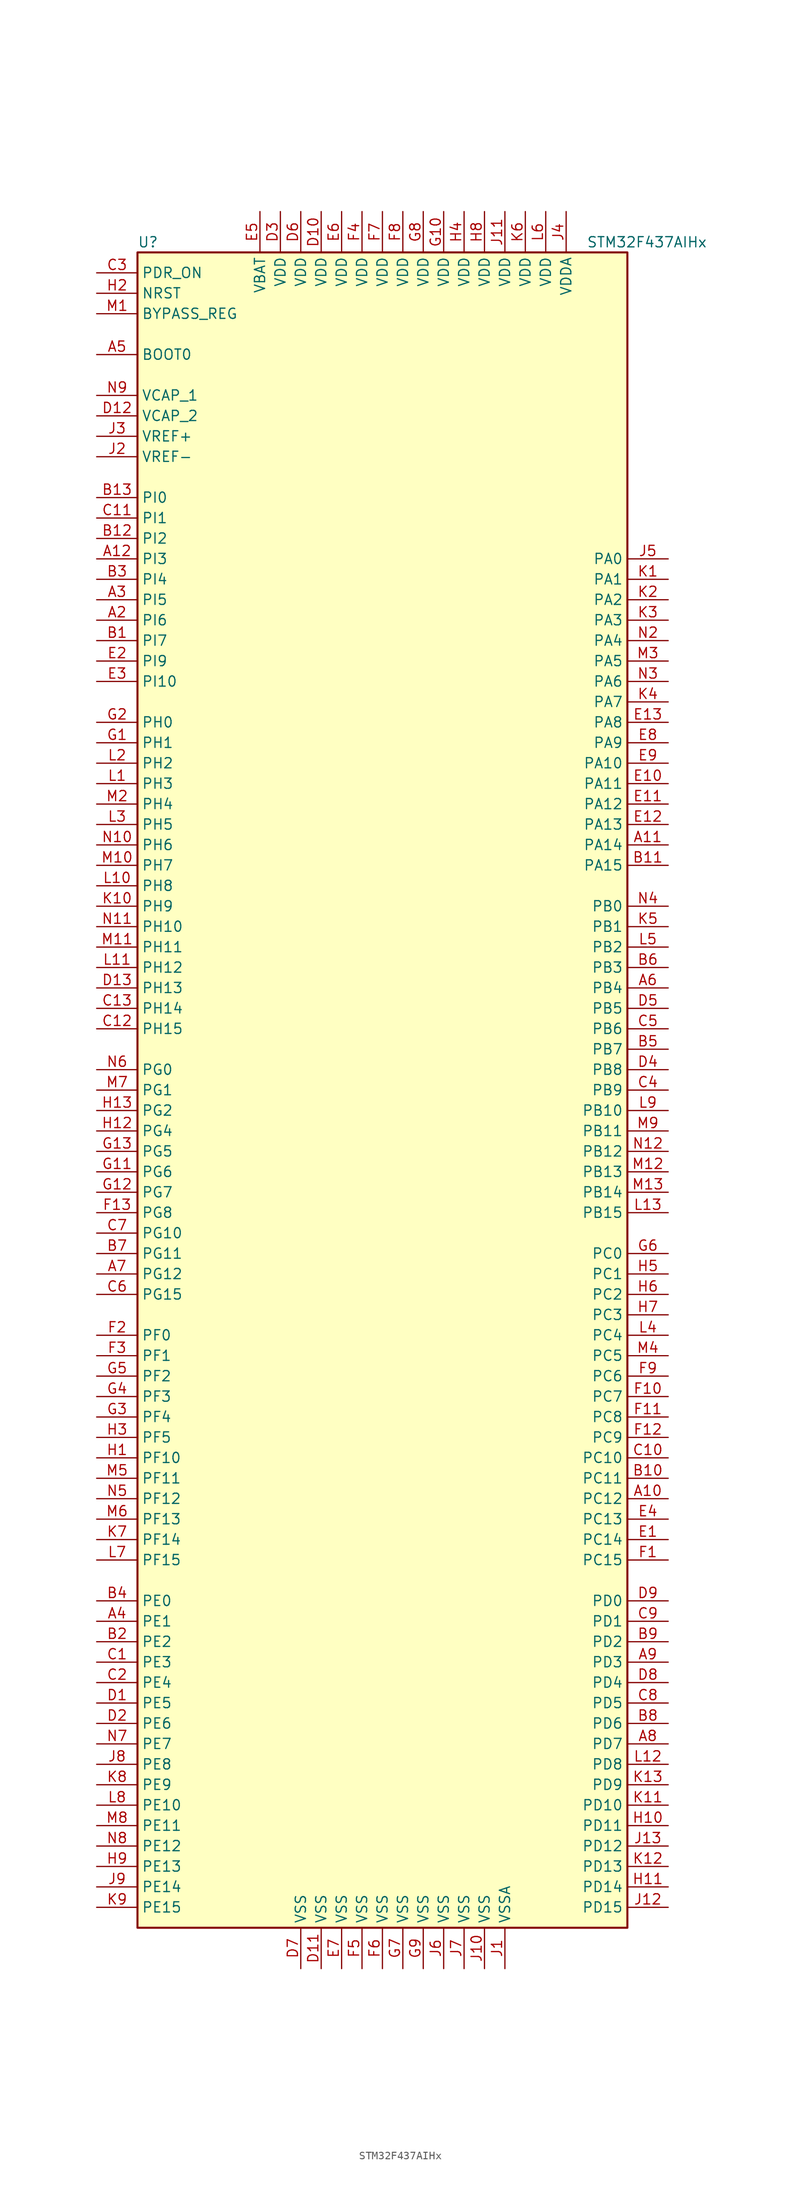
<source format=kicad_sym>
(kicad_symbol_lib
  (version 20220914)
  (generator kicad_symbol_editor)
  (symbol "STM32F437AIHx"
    (property "Reference" "U"
      (at -30.48 105.41 0)
      (effects (font (size 1.27 1.27)) (justify left)))
    (property "Value" "STM32F437AIHx"
      (at 25.4 105.41 0)
      (effects (font (size 1.27 1.27)) (justify left)))
    (symbol "STM32F437AIHx_0_1"
      (rectangle (start -30.48 -104.14) (end 30.48 104.14) (stroke (width 0.254) (type default)) (fill (type background))))
    (symbol "STM32F437AIHx_1_1"
      (pin no_connect line (at -30.48 -101.6 0) (length 5.08) hide (name "NC" (effects (font (size 1.27 1.27)))) (number "A1" (effects (font (size 1.27 1.27)))))
      (pin bidirectional line (at 35.56 -50.8 180) (length 5.08) (name "PC12" (effects (font (size 1.27 1.27)))) (number "A10" (effects (font (size 1.27 1.27)))))
      (pin bidirectional line (at 35.56 30.48 180) (length 5.08) (name "PA14" (effects (font (size 1.27 1.27)))) (number "A11" (effects (font (size 1.27 1.27)))))
      (pin bidirectional line (at -35.56 66.04 0) (length 5.08) (name "PI3" (effects (font (size 1.27 1.27)))) (number "A12" (effects (font (size 1.27 1.27)))))
      (pin no_connect line (at -30.48 -99.06 0) (length 5.08) hide (name "NC" (effects (font (size 1.27 1.27)))) (number "A13" (effects (font (size 1.27 1.27)))))
      (pin bidirectional line (at -35.56 58.42 0) (length 5.08) (name "PI6" (effects (font (size 1.27 1.27)))) (number "A2" (effects (font (size 1.27 1.27)))))
      (pin bidirectional line (at -35.56 60.96 0) (length 5.08) (name "PI5" (effects (font (size 1.27 1.27)))) (number "A3" (effects (font (size 1.27 1.27)))))
      (pin bidirectional line (at -35.56 -66.04 0) (length 5.08) (name "PE1" (effects (font (size 1.27 1.27)))) (number "A4" (effects (font (size 1.27 1.27)))))
      (pin input line (at -35.56 91.44 0) (length 5.08) (name "BOOT0" (effects (font (size 1.27 1.27)))) (number "A5" (effects (font (size 1.27 1.27)))))
      (pin bidirectional line (at 35.56 12.7 180) (length 5.08) (name "PB4" (effects (font (size 1.27 1.27)))) (number "A6" (effects (font (size 1.27 1.27)))))
      (pin bidirectional line (at -35.56 -22.86 0) (length 5.08) (name "PG12" (effects (font (size 1.27 1.27)))) (number "A7" (effects (font (size 1.27 1.27)))))
      (pin bidirectional line (at 35.56 -81.28 180) (length 5.08) (name "PD7" (effects (font (size 1.27 1.27)))) (number "A8" (effects (font (size 1.27 1.27)))))
      (pin bidirectional line (at 35.56 -71.12 180) (length 5.08) (name "PD3" (effects (font (size 1.27 1.27)))) (number "A9" (effects (font (size 1.27 1.27)))))
      (pin bidirectional line (at -35.56 55.88 0) (length 5.08) (name "PI7" (effects (font (size 1.27 1.27)))) (number "B1" (effects (font (size 1.27 1.27)))))
      (pin bidirectional line (at 35.56 -48.26 180) (length 5.08) (name "PC11" (effects (font (size 1.27 1.27)))) (number "B10" (effects (font (size 1.27 1.27)))))
      (pin bidirectional line (at 35.56 27.94 180) (length 5.08) (name "PA15" (effects (font (size 1.27 1.27)))) (number "B11" (effects (font (size 1.27 1.27)))))
      (pin bidirectional line (at -35.56 68.58 0) (length 5.08) (name "PI2" (effects (font (size 1.27 1.27)))) (number "B12" (effects (font (size 1.27 1.27)))))
      (pin bidirectional line (at -35.56 73.66 0) (length 5.08) (name "PI0" (effects (font (size 1.27 1.27)))) (number "B13" (effects (font (size 1.27 1.27)))))
      (pin bidirectional line (at -35.56 -68.58 0) (length 5.08) (name "PE2" (effects (font (size 1.27 1.27)))) (number "B2" (effects (font (size 1.27 1.27)))))
      (pin bidirectional line (at -35.56 63.5 0) (length 5.08) (name "PI4" (effects (font (size 1.27 1.27)))) (number "B3" (effects (font (size 1.27 1.27)))))
      (pin bidirectional line (at -35.56 -63.5 0) (length 5.08) (name "PE0" (effects (font (size 1.27 1.27)))) (number "B4" (effects (font (size 1.27 1.27)))))
      (pin bidirectional line (at 35.56 5.08 180) (length 5.08) (name "PB7" (effects (font (size 1.27 1.27)))) (number "B5" (effects (font (size 1.27 1.27)))))
      (pin bidirectional line (at 35.56 15.24 180) (length 5.08) (name "PB3" (effects (font (size 1.27 1.27)))) (number "B6" (effects (font (size 1.27 1.27)))))
      (pin bidirectional line (at -35.56 -20.32 0) (length 5.08) (name "PG11" (effects (font (size 1.27 1.27)))) (number "B7" (effects (font (size 1.27 1.27)))))
      (pin bidirectional line (at 35.56 -78.74 180) (length 5.08) (name "PD6" (effects (font (size 1.27 1.27)))) (number "B8" (effects (font (size 1.27 1.27)))))
      (pin bidirectional line (at 35.56 -68.58 180) (length 5.08) (name "PD2" (effects (font (size 1.27 1.27)))) (number "B9" (effects (font (size 1.27 1.27)))))
      (pin bidirectional line (at -35.56 -71.12 0) (length 5.08) (name "PE3" (effects (font (size 1.27 1.27)))) (number "C1" (effects (font (size 1.27 1.27)))))
      (pin bidirectional line (at 35.56 -45.72 180) (length 5.08) (name "PC10" (effects (font (size 1.27 1.27)))) (number "C10" (effects (font (size 1.27 1.27)))))
      (pin bidirectional line (at -35.56 71.12 0) (length 5.08) (name "PI1" (effects (font (size 1.27 1.27)))) (number "C11" (effects (font (size 1.27 1.27)))))
      (pin bidirectional line (at -35.56 7.62 0) (length 5.08) (name "PH15" (effects (font (size 1.27 1.27)))) (number "C12" (effects (font (size 1.27 1.27)))))
      (pin bidirectional line (at -35.56 10.16 0) (length 5.08) (name "PH14" (effects (font (size 1.27 1.27)))) (number "C13" (effects (font (size 1.27 1.27)))))
      (pin bidirectional line (at -35.56 -73.66 0) (length 5.08) (name "PE4" (effects (font (size 1.27 1.27)))) (number "C2" (effects (font (size 1.27 1.27)))))
      (pin input line (at -35.56 101.6 0) (length 5.08) (name "PDR_ON" (effects (font (size 1.27 1.27)))) (number "C3" (effects (font (size 1.27 1.27)))))
      (pin bidirectional line (at 35.56 0 180) (length 5.08) (name "PB9" (effects (font (size 1.27 1.27)))) (number "C4" (effects (font (size 1.27 1.27)))))
      (pin bidirectional line (at 35.56 7.62 180) (length 5.08) (name "PB6" (effects (font (size 1.27 1.27)))) (number "C5" (effects (font (size 1.27 1.27)))))
      (pin bidirectional line (at -35.56 -25.4 0) (length 5.08) (name "PG15" (effects (font (size 1.27 1.27)))) (number "C6" (effects (font (size 1.27 1.27)))))
      (pin bidirectional line (at -35.56 -17.78 0) (length 5.08) (name "PG10" (effects (font (size 1.27 1.27)))) (number "C7" (effects (font (size 1.27 1.27)))))
      (pin bidirectional line (at 35.56 -76.2 180) (length 5.08) (name "PD5" (effects (font (size 1.27 1.27)))) (number "C8" (effects (font (size 1.27 1.27)))))
      (pin bidirectional line (at 35.56 -66.04 180) (length 5.08) (name "PD1" (effects (font (size 1.27 1.27)))) (number "C9" (effects (font (size 1.27 1.27)))))
      (pin bidirectional line (at -35.56 -76.2 0) (length 5.08) (name "PE5" (effects (font (size 1.27 1.27)))) (number "D1" (effects (font (size 1.27 1.27)))))
      (pin power_in line (at -7.62 109.22 270) (length 5.08) (name "VDD" (effects (font (size 1.27 1.27)))) (number "D10" (effects (font (size 1.27 1.27)))))
      (pin power_in line (at -7.62 -109.22 90) (length 5.08) (name "VSS" (effects (font (size 1.27 1.27)))) (number "D11" (effects (font (size 1.27 1.27)))))
      (pin power_in line (at -35.56 83.82 0) (length 5.08) (name "VCAP_2" (effects (font (size 1.27 1.27)))) (number "D12" (effects (font (size 1.27 1.27)))))
      (pin bidirectional line (at -35.56 12.7 0) (length 5.08) (name "PH13" (effects (font (size 1.27 1.27)))) (number "D13" (effects (font (size 1.27 1.27)))))
      (pin bidirectional line (at -35.56 -78.74 0) (length 5.08) (name "PE6" (effects (font (size 1.27 1.27)))) (number "D2" (effects (font (size 1.27 1.27)))))
      (pin power_in line (at -12.7 109.22 270) (length 5.08) (name "VDD" (effects (font (size 1.27 1.27)))) (number "D3" (effects (font (size 1.27 1.27)))))
      (pin bidirectional line (at 35.56 2.54 180) (length 5.08) (name "PB8" (effects (font (size 1.27 1.27)))) (number "D4" (effects (font (size 1.27 1.27)))))
      (pin bidirectional line (at 35.56 10.16 180) (length 5.08) (name "PB5" (effects (font (size 1.27 1.27)))) (number "D5" (effects (font (size 1.27 1.27)))))
      (pin power_in line (at -10.16 109.22 270) (length 5.08) (name "VDD" (effects (font (size 1.27 1.27)))) (number "D6" (effects (font (size 1.27 1.27)))))
      (pin power_in line (at -10.16 -109.22 90) (length 5.08) (name "VSS" (effects (font (size 1.27 1.27)))) (number "D7" (effects (font (size 1.27 1.27)))))
      (pin bidirectional line (at 35.56 -73.66 180) (length 5.08) (name "PD4" (effects (font (size 1.27 1.27)))) (number "D8" (effects (font (size 1.27 1.27)))))
      (pin bidirectional line (at 35.56 -63.5 180) (length 5.08) (name "PD0" (effects (font (size 1.27 1.27)))) (number "D9" (effects (font (size 1.27 1.27)))))
      (pin bidirectional line (at 35.56 -55.88 180) (length 5.08) (name "PC14" (effects (font (size 1.27 1.27)))) (number "E1" (effects (font (size 1.27 1.27)))))
      (pin bidirectional line (at 35.56 38.1 180) (length 5.08) (name "PA11" (effects (font (size 1.27 1.27)))) (number "E10" (effects (font (size 1.27 1.27)))))
      (pin bidirectional line (at 35.56 35.56 180) (length 5.08) (name "PA12" (effects (font (size 1.27 1.27)))) (number "E11" (effects (font (size 1.27 1.27)))))
      (pin bidirectional line (at 35.56 33.02 180) (length 5.08) (name "PA13" (effects (font (size 1.27 1.27)))) (number "E12" (effects (font (size 1.27 1.27)))))
      (pin bidirectional line (at 35.56 45.72 180) (length 5.08) (name "PA8" (effects (font (size 1.27 1.27)))) (number "E13" (effects (font (size 1.27 1.27)))))
      (pin bidirectional line (at -35.56 53.34 0) (length 5.08) (name "PI9" (effects (font (size 1.27 1.27)))) (number "E2" (effects (font (size 1.27 1.27)))))
      (pin bidirectional line (at -35.56 50.8 0) (length 5.08) (name "PI10" (effects (font (size 1.27 1.27)))) (number "E3" (effects (font (size 1.27 1.27)))))
      (pin bidirectional line (at 35.56 -53.34 180) (length 5.08) (name "PC13" (effects (font (size 1.27 1.27)))) (number "E4" (effects (font (size 1.27 1.27)))))
      (pin power_in line (at -15.24 109.22 270) (length 5.08) (name "VBAT" (effects (font (size 1.27 1.27)))) (number "E5" (effects (font (size 1.27 1.27)))))
      (pin power_in line (at -5.08 109.22 270) (length 5.08) (name "VDD" (effects (font (size 1.27 1.27)))) (number "E6" (effects (font (size 1.27 1.27)))))
      (pin power_in line (at -5.08 -109.22 90) (length 5.08) (name "VSS" (effects (font (size 1.27 1.27)))) (number "E7" (effects (font (size 1.27 1.27)))))
      (pin bidirectional line (at 35.56 43.18 180) (length 5.08) (name "PA9" (effects (font (size 1.27 1.27)))) (number "E8" (effects (font (size 1.27 1.27)))))
      (pin bidirectional line (at 35.56 40.64 180) (length 5.08) (name "PA10" (effects (font (size 1.27 1.27)))) (number "E9" (effects (font (size 1.27 1.27)))))
      (pin bidirectional line (at 35.56 -58.42 180) (length 5.08) (name "PC15" (effects (font (size 1.27 1.27)))) (number "F1" (effects (font (size 1.27 1.27)))))
      (pin bidirectional line (at 35.56 -38.1 180) (length 5.08) (name "PC7" (effects (font (size 1.27 1.27)))) (number "F10" (effects (font (size 1.27 1.27)))))
      (pin bidirectional line (at 35.56 -40.64 180) (length 5.08) (name "PC8" (effects (font (size 1.27 1.27)))) (number "F11" (effects (font (size 1.27 1.27)))))
      (pin bidirectional line (at 35.56 -43.18 180) (length 5.08) (name "PC9" (effects (font (size 1.27 1.27)))) (number "F12" (effects (font (size 1.27 1.27)))))
      (pin bidirectional line (at -35.56 -15.24 0) (length 5.08) (name "PG8" (effects (font (size 1.27 1.27)))) (number "F13" (effects (font (size 1.27 1.27)))))
      (pin bidirectional line (at -35.56 -30.48 0) (length 5.08) (name "PF0" (effects (font (size 1.27 1.27)))) (number "F2" (effects (font (size 1.27 1.27)))))
      (pin bidirectional line (at -35.56 -33.02 0) (length 5.08) (name "PF1" (effects (font (size 1.27 1.27)))) (number "F3" (effects (font (size 1.27 1.27)))))
      (pin power_in line (at -2.54 109.22 270) (length 5.08) (name "VDD" (effects (font (size 1.27 1.27)))) (number "F4" (effects (font (size 1.27 1.27)))))
      (pin power_in line (at -2.54 -109.22 90) (length 5.08) (name "VSS" (effects (font (size 1.27 1.27)))) (number "F5" (effects (font (size 1.27 1.27)))))
      (pin power_in line (at 0 -109.22 90) (length 5.08) (name "VSS" (effects (font (size 1.27 1.27)))) (number "F6" (effects (font (size 1.27 1.27)))))
      (pin power_in line (at 0 109.22 270) (length 5.08) (name "VDD" (effects (font (size 1.27 1.27)))) (number "F7" (effects (font (size 1.27 1.27)))))
      (pin power_in line (at 2.54 109.22 270) (length 5.08) (name "VDD" (effects (font (size 1.27 1.27)))) (number "F8" (effects (font (size 1.27 1.27)))))
      (pin bidirectional line (at 35.56 -35.56 180) (length 5.08) (name "PC6" (effects (font (size 1.27 1.27)))) (number "F9" (effects (font (size 1.27 1.27)))))
      (pin input line (at -35.56 43.18 0) (length 5.08) (name "PH1" (effects (font (size 1.27 1.27)))) (number "G1" (effects (font (size 1.27 1.27)))))
      (pin power_in line (at 7.62 109.22 270) (length 5.08) (name "VDD" (effects (font (size 1.27 1.27)))) (number "G10" (effects (font (size 1.27 1.27)))))
      (pin bidirectional line (at -35.56 -10.16 0) (length 5.08) (name "PG6" (effects (font (size 1.27 1.27)))) (number "G11" (effects (font (size 1.27 1.27)))))
      (pin bidirectional line (at -35.56 -12.7 0) (length 5.08) (name "PG7" (effects (font (size 1.27 1.27)))) (number "G12" (effects (font (size 1.27 1.27)))))
      (pin bidirectional line (at -35.56 -7.62 0) (length 5.08) (name "PG5" (effects (font (size 1.27 1.27)))) (number "G13" (effects (font (size 1.27 1.27)))))
      (pin input line (at -35.56 45.72 0) (length 5.08) (name "PH0" (effects (font (size 1.27 1.27)))) (number "G2" (effects (font (size 1.27 1.27)))))
      (pin bidirectional line (at -35.56 -40.64 0) (length 5.08) (name "PF4" (effects (font (size 1.27 1.27)))) (number "G3" (effects (font (size 1.27 1.27)))))
      (pin bidirectional line (at -35.56 -38.1 0) (length 5.08) (name "PF3" (effects (font (size 1.27 1.27)))) (number "G4" (effects (font (size 1.27 1.27)))))
      (pin bidirectional line (at -35.56 -35.56 0) (length 5.08) (name "PF2" (effects (font (size 1.27 1.27)))) (number "G5" (effects (font (size 1.27 1.27)))))
      (pin bidirectional line (at 35.56 -20.32 180) (length 5.08) (name "PC0" (effects (font (size 1.27 1.27)))) (number "G6" (effects (font (size 1.27 1.27)))))
      (pin power_in line (at 2.54 -109.22 90) (length 5.08) (name "VSS" (effects (font (size 1.27 1.27)))) (number "G7" (effects (font (size 1.27 1.27)))))
      (pin power_in line (at 5.08 109.22 270) (length 5.08) (name "VDD" (effects (font (size 1.27 1.27)))) (number "G8" (effects (font (size 1.27 1.27)))))
      (pin power_in line (at 5.08 -109.22 90) (length 5.08) (name "VSS" (effects (font (size 1.27 1.27)))) (number "G9" (effects (font (size 1.27 1.27)))))
      (pin bidirectional line (at -35.56 -45.72 0) (length 5.08) (name "PF10" (effects (font (size 1.27 1.27)))) (number "H1" (effects (font (size 1.27 1.27)))))
      (pin bidirectional line (at 35.56 -91.44 180) (length 5.08) (name "PD11" (effects (font (size 1.27 1.27)))) (number "H10" (effects (font (size 1.27 1.27)))))
      (pin bidirectional line (at 35.56 -99.06 180) (length 5.08) (name "PD14" (effects (font (size 1.27 1.27)))) (number "H11" (effects (font (size 1.27 1.27)))))
      (pin bidirectional line (at -35.56 -5.08 0) (length 5.08) (name "PG4" (effects (font (size 1.27 1.27)))) (number "H12" (effects (font (size 1.27 1.27)))))
      (pin bidirectional line (at -35.56 -2.54 0) (length 5.08) (name "PG2" (effects (font (size 1.27 1.27)))) (number "H13" (effects (font (size 1.27 1.27)))))
      (pin input line (at -35.56 99.06 0) (length 5.08) (name "NRST" (effects (font (size 1.27 1.27)))) (number "H2" (effects (font (size 1.27 1.27)))))
      (pin bidirectional line (at -35.56 -43.18 0) (length 5.08) (name "PF5" (effects (font (size 1.27 1.27)))) (number "H3" (effects (font (size 1.27 1.27)))))
      (pin power_in line (at 10.16 109.22 270) (length 5.08) (name "VDD" (effects (font (size 1.27 1.27)))) (number "H4" (effects (font (size 1.27 1.27)))))
      (pin bidirectional line (at 35.56 -22.86 180) (length 5.08) (name "PC1" (effects (font (size 1.27 1.27)))) (number "H5" (effects (font (size 1.27 1.27)))))
      (pin bidirectional line (at 35.56 -25.4 180) (length 5.08) (name "PC2" (effects (font (size 1.27 1.27)))) (number "H6" (effects (font (size 1.27 1.27)))))
      (pin bidirectional line (at 35.56 -27.94 180) (length 5.08) (name "PC3" (effects (font (size 1.27 1.27)))) (number "H7" (effects (font (size 1.27 1.27)))))
      (pin power_in line (at 12.7 109.22 270) (length 5.08) (name "VDD" (effects (font (size 1.27 1.27)))) (number "H8" (effects (font (size 1.27 1.27)))))
      (pin bidirectional line (at -35.56 -96.52 0) (length 5.08) (name "PE13" (effects (font (size 1.27 1.27)))) (number "H9" (effects (font (size 1.27 1.27)))))
      (pin power_in line (at 15.24 -109.22 90) (length 5.08) (name "VSSA" (effects (font (size 1.27 1.27)))) (number "J1" (effects (font (size 1.27 1.27)))))
      (pin power_in line (at 12.7 -109.22 90) (length 5.08) (name "VSS" (effects (font (size 1.27 1.27)))) (number "J10" (effects (font (size 1.27 1.27)))))
      (pin power_in line (at 15.24 109.22 270) (length 5.08) (name "VDD" (effects (font (size 1.27 1.27)))) (number "J11" (effects (font (size 1.27 1.27)))))
      (pin bidirectional line (at 35.56 -101.6 180) (length 5.08) (name "PD15" (effects (font (size 1.27 1.27)))) (number "J12" (effects (font (size 1.27 1.27)))))
      (pin bidirectional line (at 35.56 -93.98 180) (length 5.08) (name "PD12" (effects (font (size 1.27 1.27)))) (number "J13" (effects (font (size 1.27 1.27)))))
      (pin power_in line (at -35.56 78.74 0) (length 5.08) (name "VREF-" (effects (font (size 1.27 1.27)))) (number "J2" (effects (font (size 1.27 1.27)))))
      (pin power_in line (at -35.56 81.28 0) (length 5.08) (name "VREF+" (effects (font (size 1.27 1.27)))) (number "J3" (effects (font (size 1.27 1.27)))))
      (pin power_in line (at 22.86 109.22 270) (length 5.08) (name "VDDA" (effects (font (size 1.27 1.27)))) (number "J4" (effects (font (size 1.27 1.27)))))
      (pin bidirectional line (at 35.56 66.04 180) (length 5.08) (name "PA0" (effects (font (size 1.27 1.27)))) (number "J5" (effects (font (size 1.27 1.27)))))
      (pin power_in line (at 7.62 -109.22 90) (length 5.08) (name "VSS" (effects (font (size 1.27 1.27)))) (number "J6" (effects (font (size 1.27 1.27)))))
      (pin power_in line (at 10.16 -109.22 90) (length 5.08) (name "VSS" (effects (font (size 1.27 1.27)))) (number "J7" (effects (font (size 1.27 1.27)))))
      (pin bidirectional line (at -35.56 -83.82 0) (length 5.08) (name "PE8" (effects (font (size 1.27 1.27)))) (number "J8" (effects (font (size 1.27 1.27)))))
      (pin bidirectional line (at -35.56 -99.06 0) (length 5.08) (name "PE14" (effects (font (size 1.27 1.27)))) (number "J9" (effects (font (size 1.27 1.27)))))
      (pin bidirectional line (at 35.56 63.5 180) (length 5.08) (name "PA1" (effects (font (size 1.27 1.27)))) (number "K1" (effects (font (size 1.27 1.27)))))
      (pin bidirectional line (at -35.56 22.86 0) (length 5.08) (name "PH9" (effects (font (size 1.27 1.27)))) (number "K10" (effects (font (size 1.27 1.27)))))
      (pin bidirectional line (at 35.56 -88.9 180) (length 5.08) (name "PD10" (effects (font (size 1.27 1.27)))) (number "K11" (effects (font (size 1.27 1.27)))))
      (pin bidirectional line (at 35.56 -96.52 180) (length 5.08) (name "PD13" (effects (font (size 1.27 1.27)))) (number "K12" (effects (font (size 1.27 1.27)))))
      (pin bidirectional line (at 35.56 -86.36 180) (length 5.08) (name "PD9" (effects (font (size 1.27 1.27)))) (number "K13" (effects (font (size 1.27 1.27)))))
      (pin bidirectional line (at 35.56 60.96 180) (length 5.08) (name "PA2" (effects (font (size 1.27 1.27)))) (number "K2" (effects (font (size 1.27 1.27)))))
      (pin bidirectional line (at 35.56 58.42 180) (length 5.08) (name "PA3" (effects (font (size 1.27 1.27)))) (number "K3" (effects (font (size 1.27 1.27)))))
      (pin bidirectional line (at 35.56 48.26 180) (length 5.08) (name "PA7" (effects (font (size 1.27 1.27)))) (number "K4" (effects (font (size 1.27 1.27)))))
      (pin bidirectional line (at 35.56 20.32 180) (length 5.08) (name "PB1" (effects (font (size 1.27 1.27)))) (number "K5" (effects (font (size 1.27 1.27)))))
      (pin power_in line (at 17.78 109.22 270) (length 5.08) (name "VDD" (effects (font (size 1.27 1.27)))) (number "K6" (effects (font (size 1.27 1.27)))))
      (pin bidirectional line (at -35.56 -55.88 0) (length 5.08) (name "PF14" (effects (font (size 1.27 1.27)))) (number "K7" (effects (font (size 1.27 1.27)))))
      (pin bidirectional line (at -35.56 -86.36 0) (length 5.08) (name "PE9" (effects (font (size 1.27 1.27)))) (number "K8" (effects (font (size 1.27 1.27)))))
      (pin bidirectional line (at -35.56 -101.6 0) (length 5.08) (name "PE15" (effects (font (size 1.27 1.27)))) (number "K9" (effects (font (size 1.27 1.27)))))
      (pin bidirectional line (at -35.56 38.1 0) (length 5.08) (name "PH3" (effects (font (size 1.27 1.27)))) (number "L1" (effects (font (size 1.27 1.27)))))
      (pin bidirectional line (at -35.56 25.4 0) (length 5.08) (name "PH8" (effects (font (size 1.27 1.27)))) (number "L10" (effects (font (size 1.27 1.27)))))
      (pin bidirectional line (at -35.56 15.24 0) (length 5.08) (name "PH12" (effects (font (size 1.27 1.27)))) (number "L11" (effects (font (size 1.27 1.27)))))
      (pin bidirectional line (at 35.56 -83.82 180) (length 5.08) (name "PD8" (effects (font (size 1.27 1.27)))) (number "L12" (effects (font (size 1.27 1.27)))))
      (pin bidirectional line (at 35.56 -15.24 180) (length 5.08) (name "PB15" (effects (font (size 1.27 1.27)))) (number "L13" (effects (font (size 1.27 1.27)))))
      (pin bidirectional line (at -35.56 40.64 0) (length 5.08) (name "PH2" (effects (font (size 1.27 1.27)))) (number "L2" (effects (font (size 1.27 1.27)))))
      (pin bidirectional line (at -35.56 33.02 0) (length 5.08) (name "PH5" (effects (font (size 1.27 1.27)))) (number "L3" (effects (font (size 1.27 1.27)))))
      (pin bidirectional line (at 35.56 -30.48 180) (length 5.08) (name "PC4" (effects (font (size 1.27 1.27)))) (number "L4" (effects (font (size 1.27 1.27)))))
      (pin bidirectional line (at 35.56 17.78 180) (length 5.08) (name "PB2" (effects (font (size 1.27 1.27)))) (number "L5" (effects (font (size 1.27 1.27)))))
      (pin power_in line (at 20.32 109.22 270) (length 5.08) (name "VDD" (effects (font (size 1.27 1.27)))) (number "L6" (effects (font (size 1.27 1.27)))))
      (pin bidirectional line (at -35.56 -58.42 0) (length 5.08) (name "PF15" (effects (font (size 1.27 1.27)))) (number "L7" (effects (font (size 1.27 1.27)))))
      (pin bidirectional line (at -35.56 -88.9 0) (length 5.08) (name "PE10" (effects (font (size 1.27 1.27)))) (number "L8" (effects (font (size 1.27 1.27)))))
      (pin bidirectional line (at 35.56 -2.54 180) (length 5.08) (name "PB10" (effects (font (size 1.27 1.27)))) (number "L9" (effects (font (size 1.27 1.27)))))
      (pin input line (at -35.56 96.52 0) (length 5.08) (name "BYPASS_REG" (effects (font (size 1.27 1.27)))) (number "M1" (effects (font (size 1.27 1.27)))))
      (pin bidirectional line (at -35.56 27.94 0) (length 5.08) (name "PH7" (effects (font (size 1.27 1.27)))) (number "M10" (effects (font (size 1.27 1.27)))))
      (pin bidirectional line (at -35.56 17.78 0) (length 5.08) (name "PH11" (effects (font (size 1.27 1.27)))) (number "M11" (effects (font (size 1.27 1.27)))))
      (pin bidirectional line (at 35.56 -10.16 180) (length 5.08) (name "PB13" (effects (font (size 1.27 1.27)))) (number "M12" (effects (font (size 1.27 1.27)))))
      (pin bidirectional line (at 35.56 -12.7 180) (length 5.08) (name "PB14" (effects (font (size 1.27 1.27)))) (number "M13" (effects (font (size 1.27 1.27)))))
      (pin bidirectional line (at -35.56 35.56 0) (length 5.08) (name "PH4" (effects (font (size 1.27 1.27)))) (number "M2" (effects (font (size 1.27 1.27)))))
      (pin bidirectional line (at 35.56 53.34 180) (length 5.08) (name "PA5" (effects (font (size 1.27 1.27)))) (number "M3" (effects (font (size 1.27 1.27)))))
      (pin bidirectional line (at 35.56 -33.02 180) (length 5.08) (name "PC5" (effects (font (size 1.27 1.27)))) (number "M4" (effects (font (size 1.27 1.27)))))
      (pin bidirectional line (at -35.56 -48.26 0) (length 5.08) (name "PF11" (effects (font (size 1.27 1.27)))) (number "M5" (effects (font (size 1.27 1.27)))))
      (pin bidirectional line (at -35.56 -53.34 0) (length 5.08) (name "PF13" (effects (font (size 1.27 1.27)))) (number "M6" (effects (font (size 1.27 1.27)))))
      (pin bidirectional line (at -35.56 0 0) (length 5.08) (name "PG1" (effects (font (size 1.27 1.27)))) (number "M7" (effects (font (size 1.27 1.27)))))
      (pin bidirectional line (at -35.56 -91.44 0) (length 5.08) (name "PE11" (effects (font (size 1.27 1.27)))) (number "M8" (effects (font (size 1.27 1.27)))))
      (pin bidirectional line (at 35.56 -5.08 180) (length 5.08) (name "PB11" (effects (font (size 1.27 1.27)))) (number "M9" (effects (font (size 1.27 1.27)))))
      (pin no_connect line (at -30.48 -96.52 0) (length 5.08) hide (name "NC" (effects (font (size 1.27 1.27)))) (number "N1" (effects (font (size 1.27 1.27)))))
      (pin bidirectional line (at -35.56 30.48 0) (length 5.08) (name "PH6" (effects (font (size 1.27 1.27)))) (number "N10" (effects (font (size 1.27 1.27)))))
      (pin bidirectional line (at -35.56 20.32 0) (length 5.08) (name "PH10" (effects (font (size 1.27 1.27)))) (number "N11" (effects (font (size 1.27 1.27)))))
      (pin bidirectional line (at 35.56 -7.62 180) (length 5.08) (name "PB12" (effects (font (size 1.27 1.27)))) (number "N12" (effects (font (size 1.27 1.27)))))
      (pin no_connect line (at -30.48 -93.98 0) (length 5.08) hide (name "NC" (effects (font (size 1.27 1.27)))) (number "N13" (effects (font (size 1.27 1.27)))))
      (pin bidirectional line (at 35.56 55.88 180) (length 5.08) (name "PA4" (effects (font (size 1.27 1.27)))) (number "N2" (effects (font (size 1.27 1.27)))))
      (pin bidirectional line (at 35.56 50.8 180) (length 5.08) (name "PA6" (effects (font (size 1.27 1.27)))) (number "N3" (effects (font (size 1.27 1.27)))))
      (pin bidirectional line (at 35.56 22.86 180) (length 5.08) (name "PB0" (effects (font (size 1.27 1.27)))) (number "N4" (effects (font (size 1.27 1.27)))))
      (pin bidirectional line (at -35.56 -50.8 0) (length 5.08) (name "PF12" (effects (font (size 1.27 1.27)))) (number "N5" (effects (font (size 1.27 1.27)))))
      (pin bidirectional line (at -35.56 2.54 0) (length 5.08) (name "PG0" (effects (font (size 1.27 1.27)))) (number "N6" (effects (font (size 1.27 1.27)))))
      (pin bidirectional line (at -35.56 -81.28 0) (length 5.08) (name "PE7" (effects (font (size 1.27 1.27)))) (number "N7" (effects (font (size 1.27 1.27)))))
      (pin bidirectional line (at -35.56 -93.98 0) (length 5.08) (name "PE12" (effects (font (size 1.27 1.27)))) (number "N8" (effects (font (size 1.27 1.27)))))
      (pin power_in line (at -35.56 86.36 0) (length 5.08) (name "VCAP_1" (effects (font (size 1.27 1.27)))) (number "N9" (effects (font (size 1.27 1.27))))))))
</source>
